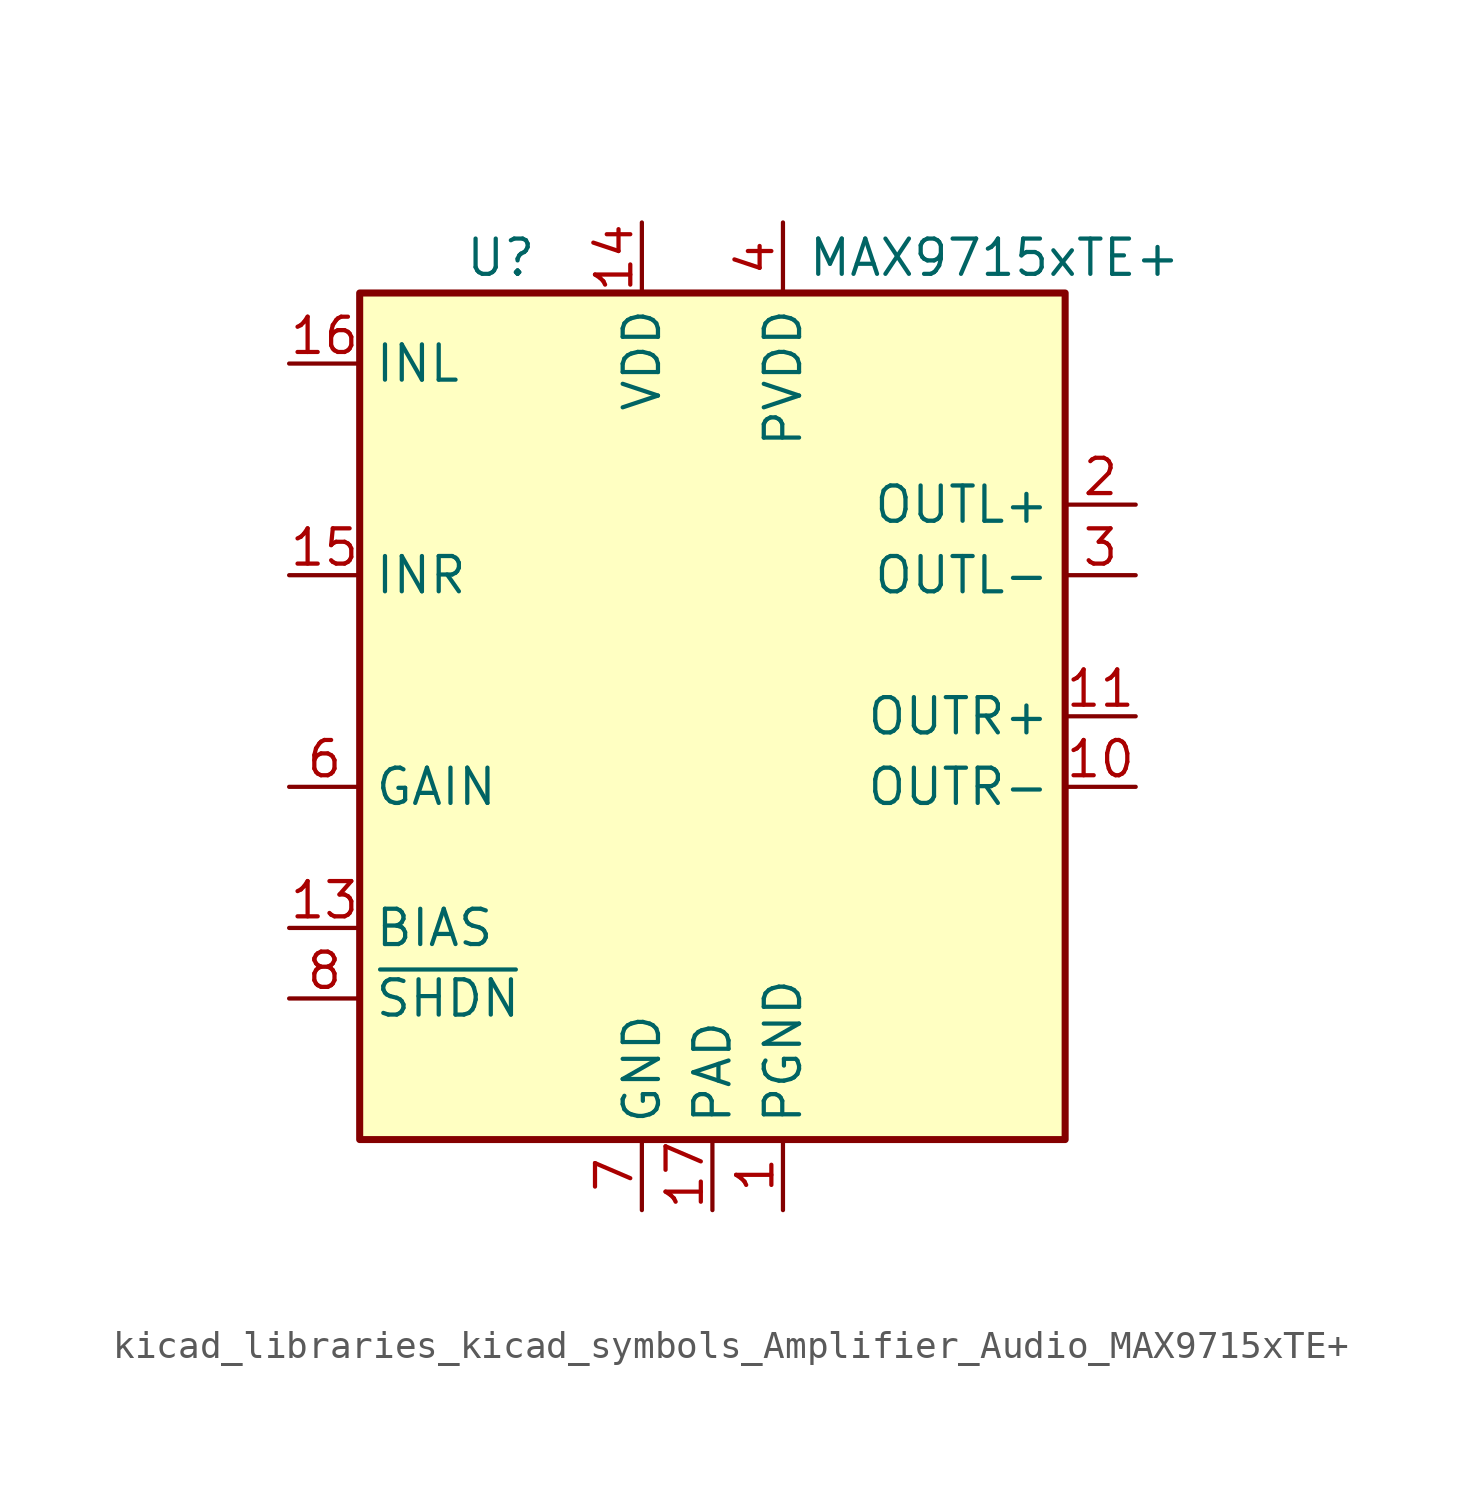
<source format=kicad_sym>
(kicad_symbol_lib
  (version 20220914)
  (generator kicad_symbol_editor)
  (symbol "kicad_libraries_kicad_symbols_Amplifier_Audio_MAX9715xTE+"
    (property "Reference" "U"
      (at -7.62 16.51 0)
      (effects (font (size 1.27 1.27))))
    (property "Value" "MAX9715xTE+"
      (at 10.16 16.51 0)
      (effects (font (size 1.27 1.27))))
    (symbol "kicad_libraries_kicad_symbols_Amplifier_Audio_MAX9715xTE+_0_1"
      (rectangle (start -12.7 15.24) (end 12.7 -15.24) (stroke (width 0.254) (type default)) (fill (type background))))
    (symbol "kicad_libraries_kicad_symbols_Amplifier_Audio_MAX9715xTE+_1_1"
      (pin power_in line (at 2.54 -17.78 90) (length 2.54) (name "PGND" (effects (font (size 1.27 1.27)))) (number "1" (effects (font (size 1.27 1.27)))))
      (pin output line (at 15.24 -2.54 180) (length 2.54) (name "OUTR-" (effects (font (size 1.27 1.27)))) (number "10" (effects (font (size 1.27 1.27)))))
      (pin output line (at 15.24 0 180) (length 2.54) (name "OUTR+" (effects (font (size 1.27 1.27)))) (number "11" (effects (font (size 1.27 1.27)))))
      (pin passive line (at 2.54 -17.78 90) (length 2.54) hide (name "PGND" (effects (font (size 1.27 1.27)))) (number "12" (effects (font (size 1.27 1.27)))))
      (pin passive line (at -15.24 -7.62 0) (length 2.54) (name "BIAS" (effects (font (size 1.27 1.27)))) (number "13" (effects (font (size 1.27 1.27)))))
      (pin power_in line (at -2.54 17.78 270) (length 2.54) (name "VDD" (effects (font (size 1.27 1.27)))) (number "14" (effects (font (size 1.27 1.27)))))
      (pin input line (at -15.24 5.08 0) (length 2.54) (name "INR" (effects (font (size 1.27 1.27)))) (number "15" (effects (font (size 1.27 1.27)))))
      (pin input line (at -15.24 12.7 0) (length 2.54) (name "INL" (effects (font (size 1.27 1.27)))) (number "16" (effects (font (size 1.27 1.27)))))
      (pin passive line (at 0 -17.78 90) (length 2.54) (name "PAD" (effects (font (size 1.27 1.27)))) (number "17" (effects (font (size 1.27 1.27)))))
      (pin output line (at 15.24 7.62 180) (length 2.54) (name "OUTL+" (effects (font (size 1.27 1.27)))) (number "2" (effects (font (size 1.27 1.27)))))
      (pin output line (at 15.24 5.08 180) (length 2.54) (name "OUTL-" (effects (font (size 1.27 1.27)))) (number "3" (effects (font (size 1.27 1.27)))))
      (pin power_in line (at 2.54 17.78 270) (length 2.54) (name "PVDD" (effects (font (size 1.27 1.27)))) (number "4" (effects (font (size 1.27 1.27)))))
      (pin no_connect line (at 10.16 5.08 180) (length 2.54) hide (name "NC" (effects (font (size 1.27 1.27)))) (number "5" (effects (font (size 1.27 1.27)))))
      (pin input line (at -15.24 -2.54 0) (length 2.54) (name "GAIN" (effects (font (size 1.27 1.27)))) (number "6" (effects (font (size 1.27 1.27)))))
      (pin power_in line (at -2.54 -17.78 90) (length 2.54) (name "GND" (effects (font (size 1.27 1.27)))) (number "7" (effects (font (size 1.27 1.27)))))
      (pin input line (at -15.24 -10.16 0) (length 2.54) (name "~{SHDN}" (effects (font (size 1.27 1.27)))) (number "8" (effects (font (size 1.27 1.27)))))
      (pin passive line (at 2.54 17.78 270) (length 2.54) hide (name "PVDD" (effects (font (size 1.27 1.27)))) (number "9" (effects (font (size 1.27 1.27))))))))
</source>
